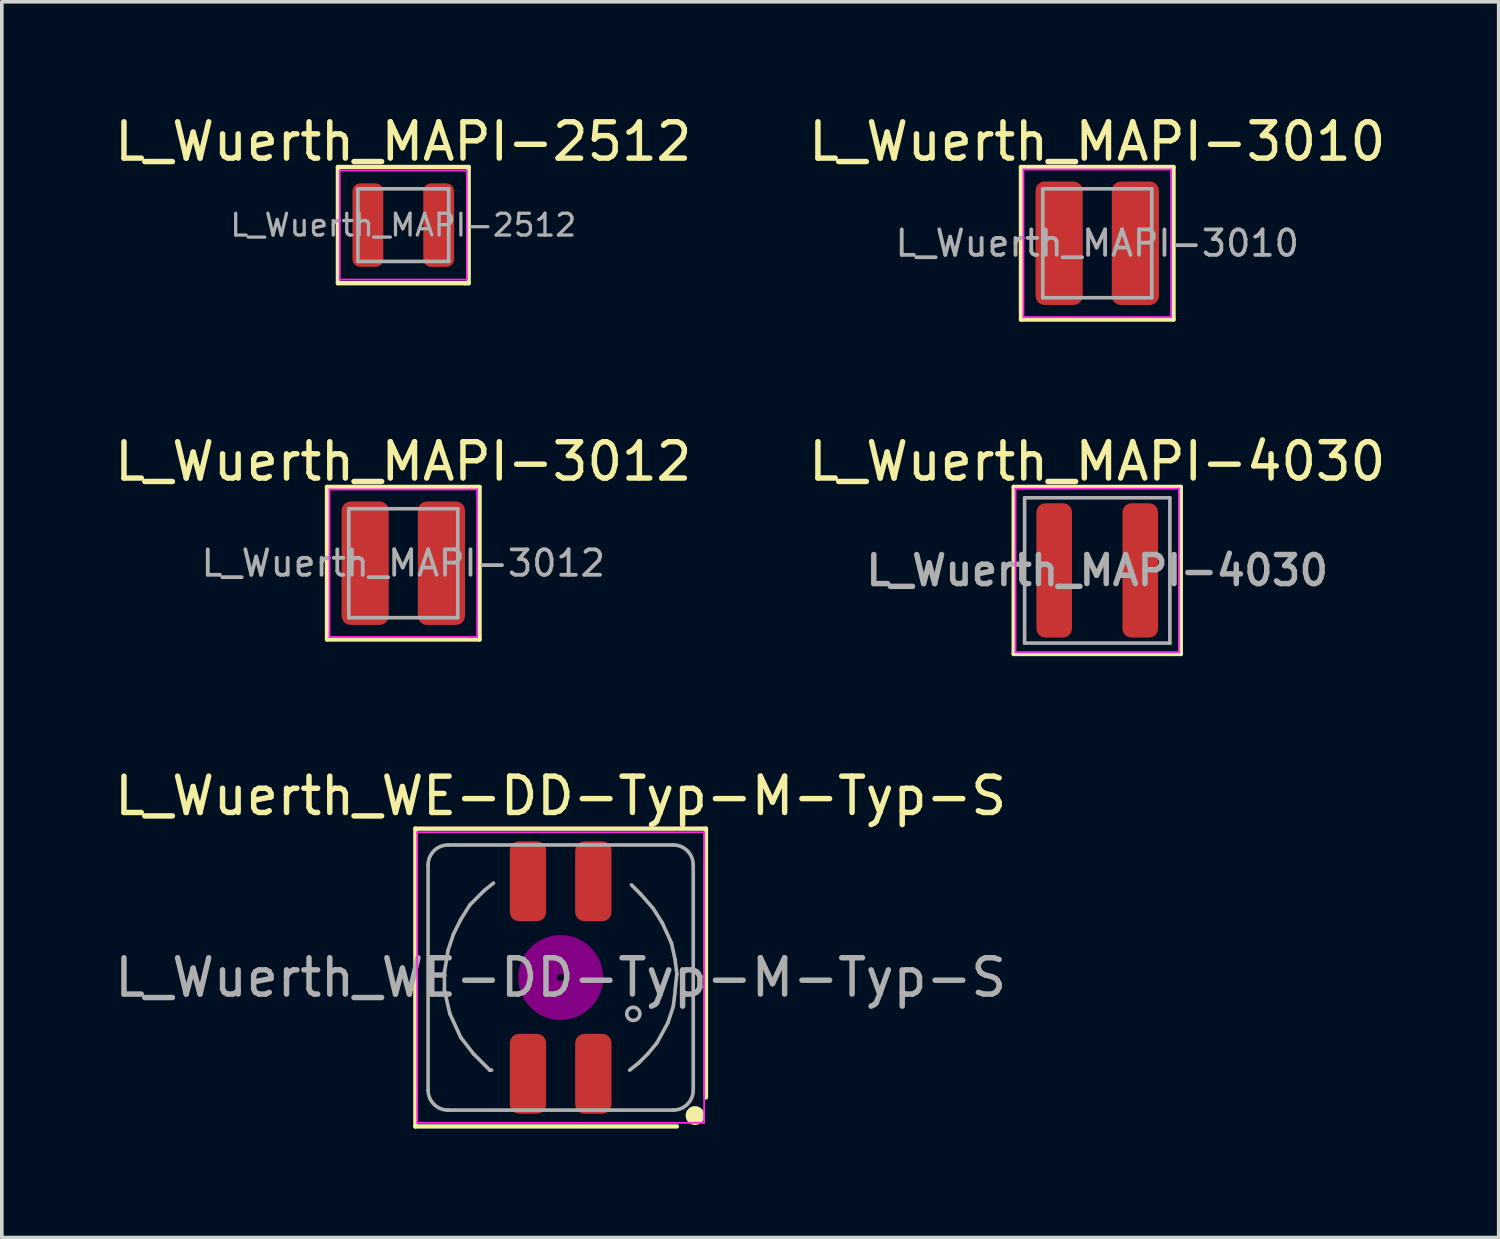
<source format=kicad_pcb>
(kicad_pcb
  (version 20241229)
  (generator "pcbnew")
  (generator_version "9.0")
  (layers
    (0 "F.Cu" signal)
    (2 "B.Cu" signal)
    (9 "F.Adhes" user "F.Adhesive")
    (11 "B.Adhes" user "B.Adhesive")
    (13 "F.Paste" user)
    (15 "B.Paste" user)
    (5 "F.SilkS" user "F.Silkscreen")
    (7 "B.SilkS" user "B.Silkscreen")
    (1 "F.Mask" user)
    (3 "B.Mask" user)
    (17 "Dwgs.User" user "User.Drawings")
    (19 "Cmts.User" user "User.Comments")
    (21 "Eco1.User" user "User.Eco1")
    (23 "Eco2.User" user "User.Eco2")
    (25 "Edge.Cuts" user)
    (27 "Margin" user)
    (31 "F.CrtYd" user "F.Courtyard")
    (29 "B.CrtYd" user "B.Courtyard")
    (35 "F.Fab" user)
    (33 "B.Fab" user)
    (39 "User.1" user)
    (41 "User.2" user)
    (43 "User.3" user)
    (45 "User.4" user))
  (footprint "L_Wuerth_MAPI-4030"
    (layer "F.Cu")
    (at 27.161 12.656)
    (property "Reference" "L_Wuerth_MAPI-4030" (at 0 -3 0) (layer "F.SilkS") (effects (font (size 1 1) (thickness 0.15))))
    (attr smd)
    (fp_line (start -2.3 -2.3) (end -2.3 2.3) (stroke (width 0.12) (type solid)) (layer "F.SilkS"))
    (fp_line (start -2.3 2.3) (end 2.3 2.3) (stroke (width 0.12) (type solid)) (layer "F.SilkS"))
    (fp_line (start 2.3 -2.3) (end -2.3 -2.3) (stroke (width 0.12) (type solid)) (layer "F.SilkS"))
    (fp_line (start 2.3 2.3) (end 2.3 -2.3) (stroke (width 0.12) (type solid)) (layer "F.SilkS"))
    (fp_line (start -2.25 -2.25) (end -2.25 2.25) (stroke (width 0.05) (type solid)) (layer "F.CrtYd"))
    (fp_line (start -2.25 2.25) (end 2.25 2.25) (stroke (width 0.05) (type solid)) (layer "F.CrtYd"))
    (fp_line (start 2.25 -2.25) (end -2.25 -2.25) (stroke (width 0.05) (type solid)) (layer "F.CrtYd"))
    (fp_line (start 2.25 2.25) (end 2.25 -2.25) (stroke (width 0.05) (type solid)) (layer "F.CrtYd"))
    (fp_line (start -2 -2) (end -2 2) (stroke (width 0.1) (type solid)) (layer "F.Fab"))
    (fp_line (start -2 2) (end 2 2) (stroke (width 0.1) (type solid)) (layer "F.Fab"))
    (fp_line (start 2 -2) (end -2 -2) (stroke (width 0.1) (type solid)) (layer "F.Fab"))
    (fp_line (start 2 2) (end 2 -2) (stroke (width 0.1) (type solid)) (layer "F.Fab"))
    (fp_text user "${REFERENCE}" (at 0 0 0) (layer "F.Fab") (effects (font (size 0.8 0.8) (thickness 0.15))))
    (pad "1" smd roundrect (at -1.185 0) (size 0.98 3.7) (layers "F.Cu" "F.Mask" "F.Paste") (roundrect_rratio 0.25))
    (pad "2" smd roundrect (at 1.185 0) (size 0.98 3.7) (layers "F.Cu" "F.Mask" "F.Paste") (roundrect_rratio 0.25)))
  (footprint "L_Wuerth_WE-DD-Typ-M-Typ-S"
    (layer "F.Cu")
    (at 12.387 23.865)
    (property "Reference" "L_Wuerth_WE-DD-Typ-M-Typ-S" (at 0 -5 0) (layer "F.SilkS") (effects (font (size 1 1) (thickness 0.15))))
    (attr smd)
    (fp_line (start -4 -4.1) (end -4 4.1) (stroke (width 0.12) (type solid)) (layer "F.SilkS"))
    (fp_line (start -4 -4.1) (end 4 -4.1) (stroke (width 0.12) (type solid)) (layer "F.SilkS"))
    (fp_line (start -4 4.1) (end 3.2 4.1) (stroke (width 0.12) (type solid)) (layer "F.SilkS"))
    (fp_line (start 4 -4.1) (end 4 3.3) (stroke (width 0.12) (type solid)) (layer "F.SilkS"))
    (fp_circle (center 3.7 3.8) (end 3.9 3.8) (stroke (width 0.12) (type solid)) (fill yes) (layer "F.SilkS"))
    (fp_circle (center 0 0) (end 0.1 0) (stroke (width 0.3) (type solid)) (fill no) (layer "F.Adhes"))
    (fp_circle (center 0 0) (end 0.3 -0.1) (stroke (width 0.3) (type solid)) (fill no) (layer "F.Adhes"))
    (fp_circle (center 0 0) (end 0.6 0) (stroke (width 0.3) (type solid)) (fill no) (layer "F.Adhes"))
    (fp_circle (center 0 0) (end 0.8 -0.1) (stroke (width 0.3) (type solid)) (fill no) (layer "F.Adhes"))
    (fp_circle (center 0 0) (end 1 -0.2) (stroke (width 0.3) (type solid)) (fill no) (layer "F.Adhes"))
    (fp_circle (center 0.8 0) (end 0.8 0) (stroke (width 0.3) (type solid)) (fill no) (layer "F.Adhes"))
    (fp_line (start -3.95 -4) (end 3.95 -4) (stroke (width 0.05) (type solid)) (layer "F.CrtYd"))
    (fp_line (start -3.95 4) (end -3.95 -4) (stroke (width 0.05) (type solid)) (layer "F.CrtYd"))
    (fp_line (start 3.95 -4) (end 3.95 4) (stroke (width 0.05) (type solid)) (layer "F.CrtYd"))
    (fp_line (start 3.95 4) (end -3.95 4) (stroke (width 0.05) (type solid)) (layer "F.CrtYd"))
    (fp_line (start -3.65 -3.1) (end -3.65 3.1) (stroke (width 0.1) (type solid)) (layer "F.Fab"))
    (fp_line (start -3.2 -0.15) (end -3.2 0.35) (stroke (width 0.1) (type solid)) (layer "F.Fab"))
    (fp_line (start -3.2 0.35) (end -3.05 1) (stroke (width 0.1) (type solid)) (layer "F.Fab"))
    (fp_line (start -3.1 -0.75) (end -3.2 -0.15) (stroke (width 0.1) (type solid)) (layer "F.Fab"))
    (fp_line (start -3.1 3.65) (end 3.1 3.65) (stroke (width 0.1) (type solid)) (layer "F.Fab"))
    (fp_line (start -3.05 1) (end -2.75 1.65) (stroke (width 0.1) (type solid)) (layer "F.Fab"))
    (fp_line (start -2.95 -1.2) (end -3.1 -0.75) (stroke (width 0.1) (type solid)) (layer "F.Fab"))
    (fp_line (start -2.75 -1.6) (end -2.95 -1.2) (stroke (width 0.1) (type solid)) (layer "F.Fab"))
    (fp_line (start -2.75 1.65) (end -2.4 2.1) (stroke (width 0.1) (type solid)) (layer "F.Fab"))
    (fp_line (start -2.5 -2) (end -2.75 -1.6) (stroke (width 0.1) (type solid)) (layer "F.Fab"))
    (fp_line (start -2.4 2.1) (end -1.95 2.55) (stroke (width 0.1) (type solid)) (layer "F.Fab"))
    (fp_line (start -2.1 -2.4) (end -2.5 -2) (stroke (width 0.1) (type solid)) (layer "F.Fab"))
    (fp_line (start -1.95 2.55) (end -1.9 2.55) (stroke (width 0.1) (type solid)) (layer "F.Fab"))
    (fp_line (start -1.85 -2.6) (end -2.1 -2.4) (stroke (width 0.1) (type solid)) (layer "F.Fab"))
    (fp_line (start 1.95 -2.55) (end 2.2 -2.3) (stroke (width 0.1) (type solid)) (layer "F.Fab"))
    (fp_line (start 2.15 2.35) (end 1.9 2.55) (stroke (width 0.1) (type solid)) (layer "F.Fab"))
    (fp_line (start 2.2 -2.3) (end 2.55 -1.9) (stroke (width 0.1) (type solid)) (layer "F.Fab"))
    (fp_line (start 2.4 2.1) (end 2.15 2.35) (stroke (width 0.1) (type solid)) (layer "F.Fab"))
    (fp_line (start 2.55 -1.9) (end 2.8 -1.5) (stroke (width 0.1) (type solid)) (layer "F.Fab"))
    (fp_line (start 2.65 1.8) (end 2.4 2.1) (stroke (width 0.1) (type solid)) (layer "F.Fab"))
    (fp_line (start 2.8 -1.5) (end 3.05 -0.95) (stroke (width 0.1) (type solid)) (layer "F.Fab"))
    (fp_line (start 2.95 1.25) (end 2.65 1.8) (stroke (width 0.1) (type solid)) (layer "F.Fab"))
    (fp_line (start 3.05 -0.95) (end 3.15 -0.5) (stroke (width 0.1) (type solid)) (layer "F.Fab"))
    (fp_line (start 3.1 -3.65) (end -3.1 -3.65) (stroke (width 0.1) (type solid)) (layer "F.Fab"))
    (fp_line (start 3.1 0.8) (end 2.95 1.25) (stroke (width 0.1) (type solid)) (layer "F.Fab"))
    (fp_line (start 3.15 -0.5) (end 3.2 -0.1) (stroke (width 0.1) (type solid)) (layer "F.Fab"))
    (fp_line (start 3.15 0.4) (end 3.1 0.8) (stroke (width 0.1) (type solid)) (layer "F.Fab"))
    (fp_line (start 3.2 -0.1) (end 3.15 0.35) (stroke (width 0.1) (type solid)) (layer "F.Fab"))
    (fp_line (start 3.65 -3.1) (end 3.65 3.1) (stroke (width 0.1) (type solid)) (layer "F.Fab"))
    (fp_arc (start -3.65 -3.1) (mid -3.488909 -3.488909) (end -3.1 -3.65) (stroke (width 0.1) (type solid)) (layer "F.Fab"))
    (fp_arc (start -3.1 3.65) (mid -3.488909 3.488909) (end -3.65 3.1) (stroke (width 0.1) (type solid)) (layer "F.Fab"))
    (fp_arc (start 3.1 -3.65) (mid 3.488909 -3.488909) (end 3.65 -3.1) (stroke (width 0.1) (type solid)) (layer "F.Fab"))
    (fp_arc (start 3.65 3.1) (mid 3.488909 3.488909) (end 3.1 3.65) (stroke (width 0.1) (type solid)) (layer "F.Fab"))
    (fp_circle (center 2 1) (end 2.15 0.9) (stroke (width 0.1) (type solid)) (fill no) (layer "F.Fab"))
    (fp_text user "${REFERENCE}" (at 0 0 0) (layer "F.Fab") (effects (font (size 1 1) (thickness 0.15))))
    (pad "1" smd roundrect (at -0.9 2.65) (size 1 2.2) (layers "F.Cu" "F.Mask" "F.Paste") (roundrect_rratio 0.25))
    (pad "2" smd roundrect (at -0.9 -2.65) (size 1 2.2) (layers "F.Cu" "F.Mask" "F.Paste") (roundrect_rratio 0.25))
    (pad "3" smd roundrect (at 0.9 -2.65) (size 1 2.2) (layers "F.Cu" "F.Mask" "F.Paste") (roundrect_rratio 0.25))
    (pad "4" smd roundrect (at 0.9 2.65) (size 1 2.2) (layers "F.Cu" "F.Mask" "F.Paste") (roundrect_rratio 0.25)))
  (footprint "L_Wuerth_MAPI-3010"
    (layer "F.Cu")
    (at 27.161 3.648)
    (property "Reference" "L_Wuerth_MAPI-3010" (at 0 -2.8 0) (layer "F.SilkS") (effects (font (size 1 1) (thickness 0.15))))
    (attr smd)
    (fp_line (start -2.1 -2.1) (end -2.1 2.1) (stroke (width 0.12) (type solid)) (layer "F.SilkS"))
    (fp_line (start -2.1 2.1) (end 2.1 2.1) (stroke (width 0.12) (type solid)) (layer "F.SilkS"))
    (fp_line (start 2.1 -2.1) (end -2.1 -2.1) (stroke (width 0.12) (type solid)) (layer "F.SilkS"))
    (fp_line (start 2.1 2.1) (end 2.1 -2.1) (stroke (width 0.12) (type solid)) (layer "F.SilkS"))
    (fp_line (start -2.032 -2.032) (end -2.032 2.032) (stroke (width 0.05) (type solid)) (layer "F.CrtYd"))
    (fp_line (start -2.032 2.032) (end 2.032 2.032) (stroke (width 0.05) (type solid)) (layer "F.CrtYd"))
    (fp_line (start 2.032 -2.032) (end -2.032 -2.032) (stroke (width 0.05) (type solid)) (layer "F.CrtYd"))
    (fp_line (start 2.032 2.032) (end 2.032 -2.032) (stroke (width 0.05) (type solid)) (layer "F.CrtYd"))
    (fp_line (start -1.5 -1.5) (end -1.5 1.5) (stroke (width 0.1) (type solid)) (layer "F.Fab"))
    (fp_line (start -1.5 1.5) (end 1.5 1.5) (stroke (width 0.1) (type solid)) (layer "F.Fab"))
    (fp_line (start 1.5 -1.5) (end -1.5 -1.5) (stroke (width 0.1) (type solid)) (layer "F.Fab"))
    (fp_line (start 1.5 1.5) (end 1.5 -1.5) (stroke (width 0.1) (type solid)) (layer "F.Fab"))
    (fp_text user "${REFERENCE}" (at 0 0 0) (layer "F.Fab") (effects (font (size 0.7 0.7) (thickness 0.105))))
    (pad "1" smd roundrect (at -1.05 0) (size 1.3 3.4) (layers "F.Cu" "F.Mask" "F.Paste") (roundrect_rratio 0.192))
    (pad "2" smd roundrect (at 1.05 0) (size 1.3 3.4) (layers "F.Cu" "F.Mask" "F.Paste") (roundrect_rratio 0.192)))
  (footprint "L_Wuerth_MAPI-3012"
    (layer "F.Cu")
    (at 8.054 12.457)
    (property "Reference" "L_Wuerth_MAPI-3012" (at 0 -2.8 0) (layer "F.SilkS") (effects (font (size 1 1) (thickness 0.15))))
    (attr smd)
    (fp_line (start -2.1 -2.1) (end -2.1 2.1) (stroke (width 0.12) (type solid)) (layer "F.SilkS"))
    (fp_line (start -2.1 2.1) (end 2.1 2.1) (stroke (width 0.12) (type solid)) (layer "F.SilkS"))
    (fp_line (start 2.1 -2.1) (end -2.1 -2.1) (stroke (width 0.12) (type solid)) (layer "F.SilkS"))
    (fp_line (start 2.1 2.1) (end 2.1 -2.1) (stroke (width 0.12) (type solid)) (layer "F.SilkS"))
    (fp_line (start -2.032 -2.032) (end -2.032 2.032) (stroke (width 0.05) (type solid)) (layer "F.CrtYd"))
    (fp_line (start -2.032 2.032) (end 2.032 2.032) (stroke (width 0.05) (type solid)) (layer "F.CrtYd"))
    (fp_line (start 2.032 -2.032) (end -2.032 -2.032) (stroke (width 0.05) (type solid)) (layer "F.CrtYd"))
    (fp_line (start 2.032 2.032) (end 2.032 -2.032) (stroke (width 0.05) (type solid)) (layer "F.CrtYd"))
    (fp_line (start -1.5 -1.5) (end -1.5 1.5) (stroke (width 0.1) (type solid)) (layer "F.Fab"))
    (fp_line (start -1.5 1.5) (end 1.5 1.5) (stroke (width 0.1) (type solid)) (layer "F.Fab"))
    (fp_line (start 1.5 -1.5) (end -1.5 -1.5) (stroke (width 0.1) (type solid)) (layer "F.Fab"))
    (fp_line (start 1.5 1.5) (end 1.5 -1.5) (stroke (width 0.1) (type solid)) (layer "F.Fab"))
    (fp_text user "${REFERENCE}" (at 0 0 0) (layer "F.Fab") (effects (font (size 0.7 0.7) (thickness 0.105))))
    (pad "1" smd roundrect (at -1.05 0) (size 1.3 3.4) (layers "F.Cu" "F.Mask" "F.Paste") (roundrect_rratio 0.192))
    (pad "2" smd roundrect (at 1.05 0) (size 1.3 3.4) (layers "F.Cu" "F.Mask" "F.Paste") (roundrect_rratio 0.192)))
  (footprint "L_Wuerth_MAPI-2512"
    (layer "F.Cu")
    (at 8.054 3.148)
    (property "Reference" "L_Wuerth_MAPI-2512" (at 0 -2.3 0) (layer "F.SilkS") (effects (font (size 1 1) (thickness 0.15))))
    (attr smd)
    (fp_line (start -1.8 -1.6) (end -1.8 1.6) (stroke (width 0.12) (type solid)) (layer "F.SilkS"))
    (fp_line (start -1.8 1.6) (end 1.7 1.6) (stroke (width 0.12) (type solid)) (layer "F.SilkS"))
    (fp_line (start 1.7 1.6) (end 1.8 1.6) (stroke (width 0.12) (type solid)) (layer "F.SilkS"))
    (fp_line (start 1.8 -1.6) (end -1.8 -1.6) (stroke (width 0.12) (type solid)) (layer "F.SilkS"))
    (fp_line (start 1.8 1.6) (end 1.8 -1.6) (stroke (width 0.12) (type solid)) (layer "F.SilkS"))
    (fp_line (start -1.75 -1.5) (end -1.75 1.5) (stroke (width 0.05) (type solid)) (layer "F.CrtYd"))
    (fp_line (start -1.75 1.5) (end 1.75 1.5) (stroke (width 0.05) (type solid)) (layer "F.CrtYd"))
    (fp_line (start 1.75 -1.5) (end -1.75 -1.5) (stroke (width 0.05) (type solid)) (layer "F.CrtYd"))
    (fp_line (start 1.75 1.5) (end 1.75 -1.5) (stroke (width 0.05) (type solid)) (layer "F.CrtYd"))
    (fp_line (start -1.25 -1) (end -1.25 1) (stroke (width 0.1) (type solid)) (layer "F.Fab"))
    (fp_line (start -1.25 1) (end 1.25 1) (stroke (width 0.1) (type solid)) (layer "F.Fab"))
    (fp_line (start 1.25 -1) (end -1.25 -1) (stroke (width 0.1) (type solid)) (layer "F.Fab"))
    (fp_line (start 1.25 1) (end 1.25 -1) (stroke (width 0.1) (type solid)) (layer "F.Fab"))
    (fp_text user "${REFERENCE}" (at 0 0 0) (layer "F.Fab") (effects (font (size 0.6 0.6) (thickness 0.09))))
    (pad "1" smd roundrect (at -0.975 0) (size 0.85 2.3) (layers "F.Cu" "F.Mask" "F.Paste") (roundrect_rratio 0.25))
    (pad "2" smd roundrect (at 0.975 0) (size 0.85 2.3) (layers "F.Cu" "F.Mask" "F.Paste") (roundrect_rratio 0.25)))
  (gr_rect
    (start -3 -3)
    (end 38.214 31.025)
    (stroke (width 0.1) (type default))
    (fill no)
    (layer "Edge.Cuts")))
</source>
